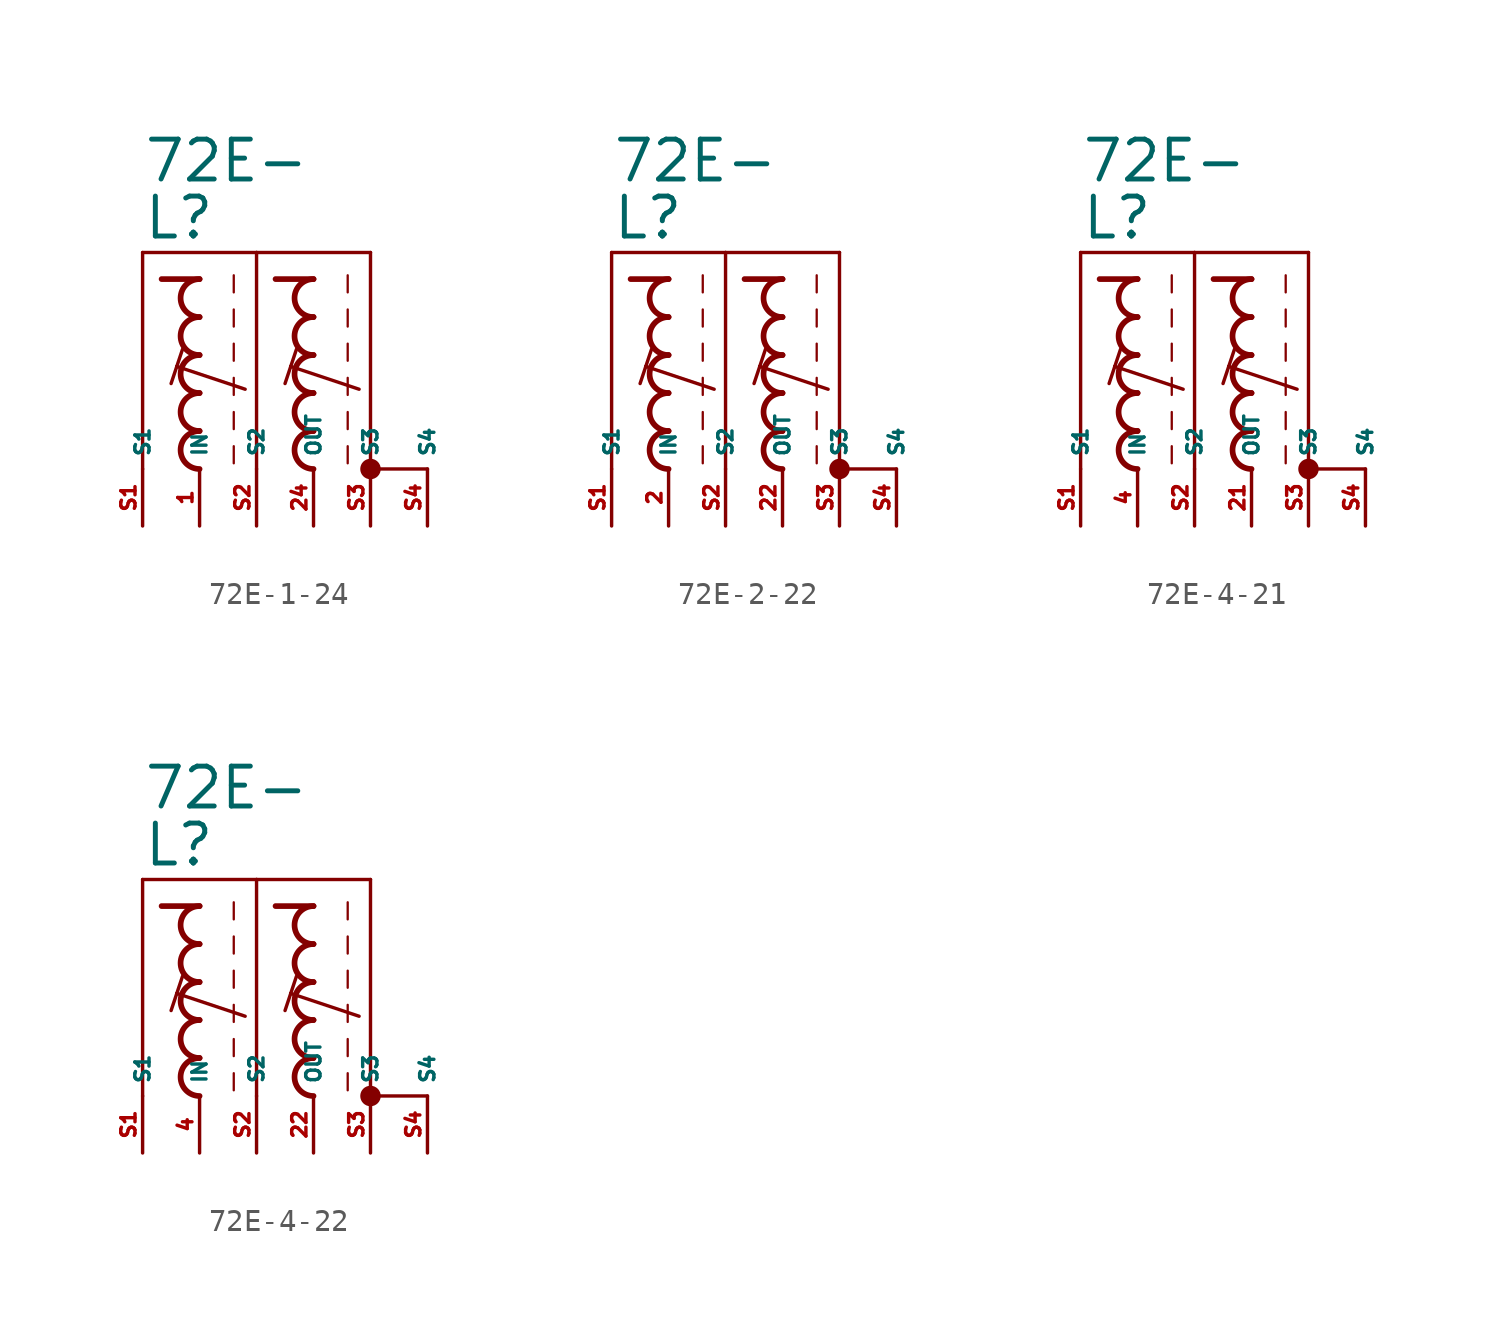
<source format=kicad_sym>
(kicad_symbol_lib
  (version 20220914)
  (generator kicad_symbol_editor)
  (symbol "72E-1-24"
    (property "Reference" "L"
      (at -5.08 7.62 0)
      (effects (font (size 1.778 1.778) (thickness 0.22)) (justify left bottom)))
    (property "Value" "72E-"
      (at -5.08 10.16 0)
      (effects (font (size 1.778 1.778) (thickness 0.22)) (justify left bottom)))
    (symbol "72E-1-24_1_1"
      (arc (start -2.54 -0.8466) (mid -3.3864 -1.6933) (end -2.54 -2.54) (stroke (width 0.254) (type default)) (fill (type none)))
      (arc (start -2.54 0.8466) (mid -3.3862 0) (end -2.54 -0.8466) (stroke (width 0.254) (type default)) (fill (type none)))
      (arc (start -2.54 2.54) (mid -3.3864 1.6933) (end -2.54 0.8466) (stroke (width 0.254) (type default)) (fill (type none)))
      (arc (start -2.54 4.2334) (mid -3.3864 3.3867) (end -2.54 2.54) (stroke (width 0.254) (type default)) (fill (type none)))
      (arc (start -2.54 5.9266) (mid -3.3862 5.08) (end -2.54 4.2334) (stroke (width 0.254) (type default)) (fill (type none)))
      (polyline (pts (xy -5.08 -2.54) (xy -5.08 7.112)) (stroke (width 0.152) (type default)) (fill (type none)))
      (polyline (pts (xy -5.08 7.112) (xy 0 7.112)) (stroke (width 0.152) (type default)) (fill (type none)))
      (polyline (pts (xy -3.556 2.032) (xy -3.81 1.27)) (stroke (width 0.152) (type default)) (fill (type none)))
      (polyline (pts (xy -3.302 2.794) (xy -3.556 2.032)) (stroke (width 0.152) (type default)) (fill (type none)))
      (polyline (pts (xy -2.54 5.927) (xy -4.233 5.927)) (stroke (width 0.254) (type default)) (fill (type none)))
      (polyline (pts (xy -1.016 -1.524) (xy -1.016 -2.286)) (stroke (width 0.102) (type default)) (fill (type none)))
      (polyline (pts (xy -1.016 0) (xy -1.016 -0.762)) (stroke (width 0.102) (type default)) (fill (type none)))
      (polyline (pts (xy -1.016 1.524) (xy -1.016 0.762)) (stroke (width 0.102) (type default)) (fill (type none)))
      (polyline (pts (xy -1.016 3.048) (xy -1.016 2.286)) (stroke (width 0.102) (type default)) (fill (type none)))
      (polyline (pts (xy -1.016 4.572) (xy -1.016 3.81)) (stroke (width 0.102) (type default)) (fill (type none)))
      (polyline (pts (xy -1.016 6.096) (xy -1.016 5.334)) (stroke (width 0.102) (type default)) (fill (type none)))
      (polyline (pts (xy -0.508 1.016) (xy -3.556 2.032)) (stroke (width 0.152) (type default)) (fill (type none)))
      (polyline (pts (xy 0 7.112) (xy 0 -2.54)) (stroke (width 0.152) (type default)) (fill (type none)))
      (polyline (pts (xy 0 7.112) (xy 5.08 7.112)) (stroke (width 0.152) (type default)) (fill (type none)))
      (polyline (pts (xy 1.524 2.032) (xy 1.27 1.27)) (stroke (width 0.152) (type default)) (fill (type none)))
      (polyline (pts (xy 1.778 2.794) (xy 1.524 2.032)) (stroke (width 0.152) (type default)) (fill (type none)))
      (polyline (pts (xy 2.54 5.927) (xy 0.847 5.927)) (stroke (width 0.254) (type default)) (fill (type none)))
      (polyline (pts (xy 4.064 -1.524) (xy 4.064 -2.286)) (stroke (width 0.102) (type default)) (fill (type none)))
      (polyline (pts (xy 4.064 0) (xy 4.064 -0.762)) (stroke (width 0.102) (type default)) (fill (type none)))
      (polyline (pts (xy 4.064 1.524) (xy 4.064 0.762)) (stroke (width 0.102) (type default)) (fill (type none)))
      (polyline (pts (xy 4.064 3.048) (xy 4.064 2.286)) (stroke (width 0.102) (type default)) (fill (type none)))
      (polyline (pts (xy 4.064 4.572) (xy 4.064 3.81)) (stroke (width 0.102) (type default)) (fill (type none)))
      (polyline (pts (xy 4.064 6.096) (xy 4.064 5.334)) (stroke (width 0.102) (type default)) (fill (type none)))
      (polyline (pts (xy 4.572 1.016) (xy 1.524 2.032)) (stroke (width 0.152) (type default)) (fill (type none)))
      (polyline (pts (xy 5.08 7.112) (xy 5.08 -2.54)) (stroke (width 0.152) (type default)) (fill (type none)))
      (polyline (pts (xy 7.62 -2.54) (xy 5.08 -2.54)) (stroke (width 0.152) (type default)) (fill (type none)))
      (arc (start 2.54 -0.8466) (mid 1.6936 -1.6933) (end 2.54 -2.54) (stroke (width 0.254) (type default)) (fill (type none)))
      (arc (start 2.54 0.8466) (mid 1.6938 0) (end 2.54 -0.8466) (stroke (width 0.254) (type default)) (fill (type none)))
      (arc (start 2.54 2.54) (mid 1.6936 1.6933) (end 2.54 0.8466) (stroke (width 0.254) (type default)) (fill (type none)))
      (arc (start 2.54 4.2334) (mid 1.6936 3.3867) (end 2.54 2.54) (stroke (width 0.254) (type default)) (fill (type none)))
      (arc (start 2.54 5.9266) (mid 1.6938 5.08) (end 2.54 4.2334) (stroke (width 0.254) (type default)) (fill (type none)))
      (circle (center 5.08 -2.54) (radius 0.254) (stroke (width 0.406) (type default)) (fill (type none)))
      (pin passive line (at -2.54 -5.08 90) (length 2.54) (name "IN" (effects (font (size 0.635 0.635)))) (number "1" (effects (font (size 0.635 0.635)))))
      (pin passive line (at 2.54 -5.08 90) (length 2.54) (name "OUT" (effects (font (size 0.635 0.635)))) (number "24" (effects (font (size 0.635 0.635)))))
      (pin passive line (at -5.08 -5.08 90) (length 2.54) (name "S1" (effects (font (size 0.635 0.635)))) (number "S1" (effects (font (size 0.635 0.635)))))
      (pin passive line (at 0 -5.08 90) (length 2.54) (name "S2" (effects (font (size 0.635 0.635)))) (number "S2" (effects (font (size 0.635 0.635)))))
      (pin passive line (at 5.08 -5.08 90) (length 2.54) (name "S3" (effects (font (size 0.635 0.635)))) (number "S3" (effects (font (size 0.635 0.635)))))
      (pin passive line (at 7.62 -5.08 90) (length 2.54) (name "S4" (effects (font (size 0.635 0.635)))) (number "S4" (effects (font (size 0.635 0.635)))))))
  (symbol "72E-2-22"
    (property "Reference" "L"
      (at -5.08 7.62 0)
      (effects (font (size 1.778 1.778) (thickness 0.22)) (justify left bottom)))
    (property "Value" "72E-"
      (at -5.08 10.16 0)
      (effects (font (size 1.778 1.778) (thickness 0.22)) (justify left bottom)))
    (symbol "72E-2-22_1_1"
      (arc (start -2.54 -0.8466) (mid -3.3864 -1.6933) (end -2.54 -2.54) (stroke (width 0.254) (type default)) (fill (type none)))
      (arc (start -2.54 0.8466) (mid -3.3862 0) (end -2.54 -0.8466) (stroke (width 0.254) (type default)) (fill (type none)))
      (arc (start -2.54 2.54) (mid -3.3864 1.6933) (end -2.54 0.8466) (stroke (width 0.254) (type default)) (fill (type none)))
      (arc (start -2.54 4.2334) (mid -3.3864 3.3867) (end -2.54 2.54) (stroke (width 0.254) (type default)) (fill (type none)))
      (arc (start -2.54 5.9266) (mid -3.3862 5.08) (end -2.54 4.2334) (stroke (width 0.254) (type default)) (fill (type none)))
      (polyline (pts (xy -5.08 -2.54) (xy -5.08 7.112)) (stroke (width 0.152) (type default)) (fill (type none)))
      (polyline (pts (xy -5.08 7.112) (xy 0 7.112)) (stroke (width 0.152) (type default)) (fill (type none)))
      (polyline (pts (xy -3.556 2.032) (xy -3.81 1.27)) (stroke (width 0.152) (type default)) (fill (type none)))
      (polyline (pts (xy -3.302 2.794) (xy -3.556 2.032)) (stroke (width 0.152) (type default)) (fill (type none)))
      (polyline (pts (xy -2.54 5.927) (xy -4.233 5.927)) (stroke (width 0.254) (type default)) (fill (type none)))
      (polyline (pts (xy -1.016 -1.524) (xy -1.016 -2.286)) (stroke (width 0.102) (type default)) (fill (type none)))
      (polyline (pts (xy -1.016 0) (xy -1.016 -0.762)) (stroke (width 0.102) (type default)) (fill (type none)))
      (polyline (pts (xy -1.016 1.524) (xy -1.016 0.762)) (stroke (width 0.102) (type default)) (fill (type none)))
      (polyline (pts (xy -1.016 3.048) (xy -1.016 2.286)) (stroke (width 0.102) (type default)) (fill (type none)))
      (polyline (pts (xy -1.016 4.572) (xy -1.016 3.81)) (stroke (width 0.102) (type default)) (fill (type none)))
      (polyline (pts (xy -1.016 6.096) (xy -1.016 5.334)) (stroke (width 0.102) (type default)) (fill (type none)))
      (polyline (pts (xy -0.508 1.016) (xy -3.556 2.032)) (stroke (width 0.152) (type default)) (fill (type none)))
      (polyline (pts (xy 0 7.112) (xy 0 -2.54)) (stroke (width 0.152) (type default)) (fill (type none)))
      (polyline (pts (xy 0 7.112) (xy 5.08 7.112)) (stroke (width 0.152) (type default)) (fill (type none)))
      (polyline (pts (xy 1.524 2.032) (xy 1.27 1.27)) (stroke (width 0.152) (type default)) (fill (type none)))
      (polyline (pts (xy 1.778 2.794) (xy 1.524 2.032)) (stroke (width 0.152) (type default)) (fill (type none)))
      (polyline (pts (xy 2.54 5.927) (xy 0.847 5.927)) (stroke (width 0.254) (type default)) (fill (type none)))
      (polyline (pts (xy 4.064 -1.524) (xy 4.064 -2.286)) (stroke (width 0.102) (type default)) (fill (type none)))
      (polyline (pts (xy 4.064 0) (xy 4.064 -0.762)) (stroke (width 0.102) (type default)) (fill (type none)))
      (polyline (pts (xy 4.064 1.524) (xy 4.064 0.762)) (stroke (width 0.102) (type default)) (fill (type none)))
      (polyline (pts (xy 4.064 3.048) (xy 4.064 2.286)) (stroke (width 0.102) (type default)) (fill (type none)))
      (polyline (pts (xy 4.064 4.572) (xy 4.064 3.81)) (stroke (width 0.102) (type default)) (fill (type none)))
      (polyline (pts (xy 4.064 6.096) (xy 4.064 5.334)) (stroke (width 0.102) (type default)) (fill (type none)))
      (polyline (pts (xy 4.572 1.016) (xy 1.524 2.032)) (stroke (width 0.152) (type default)) (fill (type none)))
      (polyline (pts (xy 5.08 7.112) (xy 5.08 -2.54)) (stroke (width 0.152) (type default)) (fill (type none)))
      (polyline (pts (xy 7.62 -2.54) (xy 5.08 -2.54)) (stroke (width 0.152) (type default)) (fill (type none)))
      (arc (start 2.54 -0.8466) (mid 1.6936 -1.6933) (end 2.54 -2.54) (stroke (width 0.254) (type default)) (fill (type none)))
      (arc (start 2.54 0.8466) (mid 1.6938 0) (end 2.54 -0.8466) (stroke (width 0.254) (type default)) (fill (type none)))
      (arc (start 2.54 2.54) (mid 1.6936 1.6933) (end 2.54 0.8466) (stroke (width 0.254) (type default)) (fill (type none)))
      (arc (start 2.54 4.2334) (mid 1.6936 3.3867) (end 2.54 2.54) (stroke (width 0.254) (type default)) (fill (type none)))
      (arc (start 2.54 5.9266) (mid 1.6938 5.08) (end 2.54 4.2334) (stroke (width 0.254) (type default)) (fill (type none)))
      (circle (center 5.08 -2.54) (radius 0.254) (stroke (width 0.406) (type default)) (fill (type none)))
      (pin passive line (at -2.54 -5.08 90) (length 2.54) (name "IN" (effects (font (size 0.635 0.635)))) (number "2" (effects (font (size 0.635 0.635)))))
      (pin passive line (at 2.54 -5.08 90) (length 2.54) (name "OUT" (effects (font (size 0.635 0.635)))) (number "22" (effects (font (size 0.635 0.635)))))
      (pin passive line (at -5.08 -5.08 90) (length 2.54) (name "S1" (effects (font (size 0.635 0.635)))) (number "S1" (effects (font (size 0.635 0.635)))))
      (pin passive line (at 0 -5.08 90) (length 2.54) (name "S2" (effects (font (size 0.635 0.635)))) (number "S2" (effects (font (size 0.635 0.635)))))
      (pin passive line (at 5.08 -5.08 90) (length 2.54) (name "S3" (effects (font (size 0.635 0.635)))) (number "S3" (effects (font (size 0.635 0.635)))))
      (pin passive line (at 7.62 -5.08 90) (length 2.54) (name "S4" (effects (font (size 0.635 0.635)))) (number "S4" (effects (font (size 0.635 0.635)))))))
  (symbol "72E-4-21"
    (property "Reference" "L"
      (at -5.08 7.62 0)
      (effects (font (size 1.778 1.778) (thickness 0.22)) (justify left bottom)))
    (property "Value" "72E-"
      (at -5.08 10.16 0)
      (effects (font (size 1.778 1.778) (thickness 0.22)) (justify left bottom)))
    (symbol "72E-4-21_1_1"
      (arc (start -2.54 -0.8466) (mid -3.3864 -1.6933) (end -2.54 -2.54) (stroke (width 0.254) (type default)) (fill (type none)))
      (arc (start -2.54 0.8466) (mid -3.3862 0) (end -2.54 -0.8466) (stroke (width 0.254) (type default)) (fill (type none)))
      (arc (start -2.54 2.54) (mid -3.3864 1.6933) (end -2.54 0.8466) (stroke (width 0.254) (type default)) (fill (type none)))
      (arc (start -2.54 4.2334) (mid -3.3864 3.3867) (end -2.54 2.54) (stroke (width 0.254) (type default)) (fill (type none)))
      (arc (start -2.54 5.9266) (mid -3.3862 5.08) (end -2.54 4.2334) (stroke (width 0.254) (type default)) (fill (type none)))
      (polyline (pts (xy -5.08 -2.54) (xy -5.08 7.112)) (stroke (width 0.152) (type default)) (fill (type none)))
      (polyline (pts (xy -5.08 7.112) (xy 0 7.112)) (stroke (width 0.152) (type default)) (fill (type none)))
      (polyline (pts (xy -3.556 2.032) (xy -3.81 1.27)) (stroke (width 0.152) (type default)) (fill (type none)))
      (polyline (pts (xy -3.302 2.794) (xy -3.556 2.032)) (stroke (width 0.152) (type default)) (fill (type none)))
      (polyline (pts (xy -2.54 5.927) (xy -4.233 5.927)) (stroke (width 0.254) (type default)) (fill (type none)))
      (polyline (pts (xy -1.016 -1.524) (xy -1.016 -2.286)) (stroke (width 0.102) (type default)) (fill (type none)))
      (polyline (pts (xy -1.016 0) (xy -1.016 -0.762)) (stroke (width 0.102) (type default)) (fill (type none)))
      (polyline (pts (xy -1.016 1.524) (xy -1.016 0.762)) (stroke (width 0.102) (type default)) (fill (type none)))
      (polyline (pts (xy -1.016 3.048) (xy -1.016 2.286)) (stroke (width 0.102) (type default)) (fill (type none)))
      (polyline (pts (xy -1.016 4.572) (xy -1.016 3.81)) (stroke (width 0.102) (type default)) (fill (type none)))
      (polyline (pts (xy -1.016 6.096) (xy -1.016 5.334)) (stroke (width 0.102) (type default)) (fill (type none)))
      (polyline (pts (xy -0.508 1.016) (xy -3.556 2.032)) (stroke (width 0.152) (type default)) (fill (type none)))
      (polyline (pts (xy 0 7.112) (xy 0 -2.54)) (stroke (width 0.152) (type default)) (fill (type none)))
      (polyline (pts (xy 0 7.112) (xy 5.08 7.112)) (stroke (width 0.152) (type default)) (fill (type none)))
      (polyline (pts (xy 1.524 2.032) (xy 1.27 1.27)) (stroke (width 0.152) (type default)) (fill (type none)))
      (polyline (pts (xy 1.778 2.794) (xy 1.524 2.032)) (stroke (width 0.152) (type default)) (fill (type none)))
      (polyline (pts (xy 2.54 5.927) (xy 0.847 5.927)) (stroke (width 0.254) (type default)) (fill (type none)))
      (polyline (pts (xy 4.064 -1.524) (xy 4.064 -2.286)) (stroke (width 0.102) (type default)) (fill (type none)))
      (polyline (pts (xy 4.064 0) (xy 4.064 -0.762)) (stroke (width 0.102) (type default)) (fill (type none)))
      (polyline (pts (xy 4.064 1.524) (xy 4.064 0.762)) (stroke (width 0.102) (type default)) (fill (type none)))
      (polyline (pts (xy 4.064 3.048) (xy 4.064 2.286)) (stroke (width 0.102) (type default)) (fill (type none)))
      (polyline (pts (xy 4.064 4.572) (xy 4.064 3.81)) (stroke (width 0.102) (type default)) (fill (type none)))
      (polyline (pts (xy 4.064 6.096) (xy 4.064 5.334)) (stroke (width 0.102) (type default)) (fill (type none)))
      (polyline (pts (xy 4.572 1.016) (xy 1.524 2.032)) (stroke (width 0.152) (type default)) (fill (type none)))
      (polyline (pts (xy 5.08 7.112) (xy 5.08 -2.54)) (stroke (width 0.152) (type default)) (fill (type none)))
      (polyline (pts (xy 7.62 -2.54) (xy 5.08 -2.54)) (stroke (width 0.152) (type default)) (fill (type none)))
      (arc (start 2.54 -0.8466) (mid 1.6936 -1.6933) (end 2.54 -2.54) (stroke (width 0.254) (type default)) (fill (type none)))
      (arc (start 2.54 0.8466) (mid 1.6938 0) (end 2.54 -0.8466) (stroke (width 0.254) (type default)) (fill (type none)))
      (arc (start 2.54 2.54) (mid 1.6936 1.6933) (end 2.54 0.8466) (stroke (width 0.254) (type default)) (fill (type none)))
      (arc (start 2.54 4.2334) (mid 1.6936 3.3867) (end 2.54 2.54) (stroke (width 0.254) (type default)) (fill (type none)))
      (arc (start 2.54 5.9266) (mid 1.6938 5.08) (end 2.54 4.2334) (stroke (width 0.254) (type default)) (fill (type none)))
      (circle (center 5.08 -2.54) (radius 0.254) (stroke (width 0.406) (type default)) (fill (type none)))
      (pin passive line (at 2.54 -5.08 90) (length 2.54) (name "OUT" (effects (font (size 0.635 0.635)))) (number "21" (effects (font (size 0.635 0.635)))))
      (pin passive line (at -2.54 -5.08 90) (length 2.54) (name "IN" (effects (font (size 0.635 0.635)))) (number "4" (effects (font (size 0.635 0.635)))))
      (pin passive line (at -5.08 -5.08 90) (length 2.54) (name "S1" (effects (font (size 0.635 0.635)))) (number "S1" (effects (font (size 0.635 0.635)))))
      (pin passive line (at 0 -5.08 90) (length 2.54) (name "S2" (effects (font (size 0.635 0.635)))) (number "S2" (effects (font (size 0.635 0.635)))))
      (pin passive line (at 5.08 -5.08 90) (length 2.54) (name "S3" (effects (font (size 0.635 0.635)))) (number "S3" (effects (font (size 0.635 0.635)))))
      (pin passive line (at 7.62 -5.08 90) (length 2.54) (name "S4" (effects (font (size 0.635 0.635)))) (number "S4" (effects (font (size 0.635 0.635)))))))
  (symbol "72E-4-22"
    (property "Reference" "L"
      (at -5.08 7.62 0)
      (effects (font (size 1.778 1.778) (thickness 0.22)) (justify left bottom)))
    (property "Value" "72E-"
      (at -5.08 10.16 0)
      (effects (font (size 1.778 1.778) (thickness 0.22)) (justify left bottom)))
    (symbol "72E-4-22_1_1"
      (arc (start -2.54 -0.8466) (mid -3.3864 -1.6933) (end -2.54 -2.54) (stroke (width 0.254) (type default)) (fill (type none)))
      (arc (start -2.54 0.8466) (mid -3.3862 0) (end -2.54 -0.8466) (stroke (width 0.254) (type default)) (fill (type none)))
      (arc (start -2.54 2.54) (mid -3.3864 1.6933) (end -2.54 0.8466) (stroke (width 0.254) (type default)) (fill (type none)))
      (arc (start -2.54 4.2334) (mid -3.3864 3.3867) (end -2.54 2.54) (stroke (width 0.254) (type default)) (fill (type none)))
      (arc (start -2.54 5.9266) (mid -3.3862 5.08) (end -2.54 4.2334) (stroke (width 0.254) (type default)) (fill (type none)))
      (polyline (pts (xy -5.08 -2.54) (xy -5.08 7.112)) (stroke (width 0.152) (type default)) (fill (type none)))
      (polyline (pts (xy -5.08 7.112) (xy 0 7.112)) (stroke (width 0.152) (type default)) (fill (type none)))
      (polyline (pts (xy -3.556 2.032) (xy -3.81 1.27)) (stroke (width 0.152) (type default)) (fill (type none)))
      (polyline (pts (xy -3.302 2.794) (xy -3.556 2.032)) (stroke (width 0.152) (type default)) (fill (type none)))
      (polyline (pts (xy -2.54 5.927) (xy -4.233 5.927)) (stroke (width 0.254) (type default)) (fill (type none)))
      (polyline (pts (xy -1.016 -1.524) (xy -1.016 -2.286)) (stroke (width 0.102) (type default)) (fill (type none)))
      (polyline (pts (xy -1.016 0) (xy -1.016 -0.762)) (stroke (width 0.102) (type default)) (fill (type none)))
      (polyline (pts (xy -1.016 1.524) (xy -1.016 0.762)) (stroke (width 0.102) (type default)) (fill (type none)))
      (polyline (pts (xy -1.016 3.048) (xy -1.016 2.286)) (stroke (width 0.102) (type default)) (fill (type none)))
      (polyline (pts (xy -1.016 4.572) (xy -1.016 3.81)) (stroke (width 0.102) (type default)) (fill (type none)))
      (polyline (pts (xy -1.016 6.096) (xy -1.016 5.334)) (stroke (width 0.102) (type default)) (fill (type none)))
      (polyline (pts (xy -0.508 1.016) (xy -3.556 2.032)) (stroke (width 0.152) (type default)) (fill (type none)))
      (polyline (pts (xy 0 7.112) (xy 0 -2.54)) (stroke (width 0.152) (type default)) (fill (type none)))
      (polyline (pts (xy 0 7.112) (xy 5.08 7.112)) (stroke (width 0.152) (type default)) (fill (type none)))
      (polyline (pts (xy 1.524 2.032) (xy 1.27 1.27)) (stroke (width 0.152) (type default)) (fill (type none)))
      (polyline (pts (xy 1.778 2.794) (xy 1.524 2.032)) (stroke (width 0.152) (type default)) (fill (type none)))
      (polyline (pts (xy 2.54 5.927) (xy 0.847 5.927)) (stroke (width 0.254) (type default)) (fill (type none)))
      (polyline (pts (xy 4.064 -1.524) (xy 4.064 -2.286)) (stroke (width 0.102) (type default)) (fill (type none)))
      (polyline (pts (xy 4.064 0) (xy 4.064 -0.762)) (stroke (width 0.102) (type default)) (fill (type none)))
      (polyline (pts (xy 4.064 1.524) (xy 4.064 0.762)) (stroke (width 0.102) (type default)) (fill (type none)))
      (polyline (pts (xy 4.064 3.048) (xy 4.064 2.286)) (stroke (width 0.102) (type default)) (fill (type none)))
      (polyline (pts (xy 4.064 4.572) (xy 4.064 3.81)) (stroke (width 0.102) (type default)) (fill (type none)))
      (polyline (pts (xy 4.064 6.096) (xy 4.064 5.334)) (stroke (width 0.102) (type default)) (fill (type none)))
      (polyline (pts (xy 4.572 1.016) (xy 1.524 2.032)) (stroke (width 0.152) (type default)) (fill (type none)))
      (polyline (pts (xy 5.08 7.112) (xy 5.08 -2.54)) (stroke (width 0.152) (type default)) (fill (type none)))
      (polyline (pts (xy 7.62 -2.54) (xy 5.08 -2.54)) (stroke (width 0.152) (type default)) (fill (type none)))
      (arc (start 2.54 -0.8466) (mid 1.6936 -1.6933) (end 2.54 -2.54) (stroke (width 0.254) (type default)) (fill (type none)))
      (arc (start 2.54 0.8466) (mid 1.6938 0) (end 2.54 -0.8466) (stroke (width 0.254) (type default)) (fill (type none)))
      (arc (start 2.54 2.54) (mid 1.6936 1.6933) (end 2.54 0.8466) (stroke (width 0.254) (type default)) (fill (type none)))
      (arc (start 2.54 4.2334) (mid 1.6936 3.3867) (end 2.54 2.54) (stroke (width 0.254) (type default)) (fill (type none)))
      (arc (start 2.54 5.9266) (mid 1.6938 5.08) (end 2.54 4.2334) (stroke (width 0.254) (type default)) (fill (type none)))
      (circle (center 5.08 -2.54) (radius 0.254) (stroke (width 0.406) (type default)) (fill (type none)))
      (pin passive line (at 2.54 -5.08 90) (length 2.54) (name "OUT" (effects (font (size 0.635 0.635)))) (number "22" (effects (font (size 0.635 0.635)))))
      (pin passive line (at -2.54 -5.08 90) (length 2.54) (name "IN" (effects (font (size 0.635 0.635)))) (number "4" (effects (font (size 0.635 0.635)))))
      (pin passive line (at -5.08 -5.08 90) (length 2.54) (name "S1" (effects (font (size 0.635 0.635)))) (number "S1" (effects (font (size 0.635 0.635)))))
      (pin passive line (at 0 -5.08 90) (length 2.54) (name "S2" (effects (font (size 0.635 0.635)))) (number "S2" (effects (font (size 0.635 0.635)))))
      (pin passive line (at 5.08 -5.08 90) (length 2.54) (name "S3" (effects (font (size 0.635 0.635)))) (number "S3" (effects (font (size 0.635 0.635)))))
      (pin passive line (at 7.62 -5.08 90) (length 2.54) (name "S4" (effects (font (size 0.635 0.635)))) (number "S4" (effects (font (size 0.635 0.635))))))))
</source>
